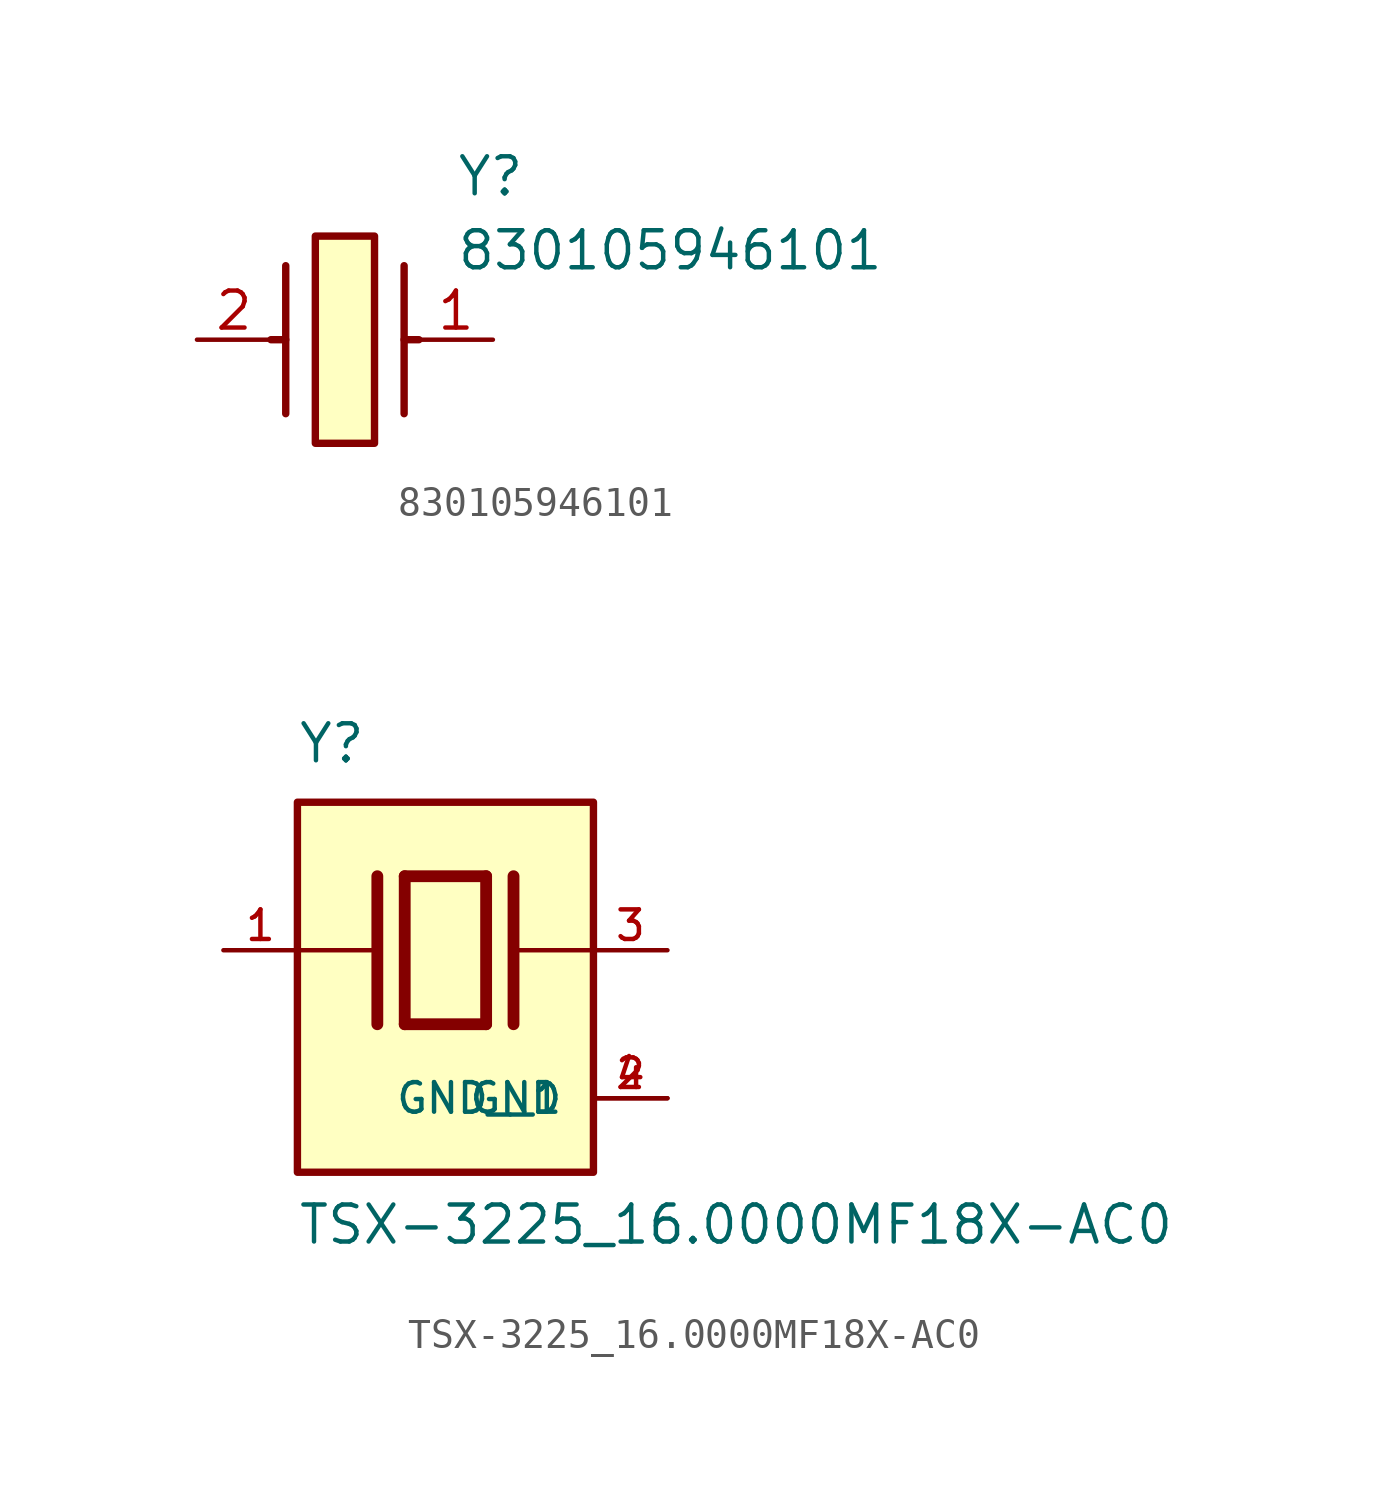
<source format=kicad_sym>
(kicad_symbol_lib
  (version 20231120)
  (generator "kicad_symbol_editor")
  (generator_version "8.0")
  (symbol "830105946101"
    (pin_names hide)
    (property "Reference" "Y"
      (at 8.89 6.35 0)
      (effects (font (size 1.27 1.27)) (justify left top)))
    (property "Value" "830105946101"
      (at 8.89 3.81 0)
      (effects (font (size 1.27 1.27)) (justify left top)))
    (symbol "830105946101_1_1"
      (polyline (pts (xy 3.048 0) (xy 2.54 0)) (stroke (width 0.254) (type default)) (fill (type none)))
      (polyline (pts (xy 3.048 2.54) (xy 3.048 -2.54)) (stroke (width 0.254) (type default)) (fill (type none)))
      (polyline (pts (xy 7.112 0) (xy 7.62 0)) (stroke (width 0.254) (type default)) (fill (type none)))
      (polyline (pts (xy 7.112 2.54) (xy 7.112 -2.54)) (stroke (width 0.254) (type default)) (fill (type none)))
      (rectangle (start 4.064 3.556) (end 6.096 -3.556) (stroke (width 0.254) (type default)) (fill (type background)))
      (pin passive line (at 10.16 0 180) (length 2.54) (name "1" (effects (font (size 1.27 1.27)))) (number "1" (effects (font (size 1.27 1.27)))))
      (pin passive line (at 0 0 0) (length 2.54) (name "2" (effects (font (size 1.27 1.27)))) (number "2" (effects (font (size 1.27 1.27)))))))
  (symbol "TSX-3225_16.0000MF18X-AC0"
    (pin_names
      (offset 1.016))
    (property "Reference" "Y"
      (at -5.088 6.356 0)
      (effects (font (size 1.27 1.27)) (justify left bottom)))
    (property "Value" "TSX-3225_16.0000MF18X-AC0"
      (at -5.094 -10.16 0)
      (effects (font (size 1.27 1.27)) (justify left bottom)))
    (symbol "TSX-3225_16.0000MF18X-AC0_0_0"
      (rectangle (start -5.08 -7.62) (end 5.08 5.08) (stroke (width 0.254) (type default)) (fill (type background)))
      (polyline (pts (xy -5.08 0) (xy -2.54 0)) (stroke (width 0.152) (type default)) (fill (type none)))
      (polyline (pts (xy -2.337 2.54) (xy -2.337 -2.54)) (stroke (width 0.406) (type default)) (fill (type none)))
      (polyline (pts (xy -1.397 2.54) (xy -1.397 -2.54)) (stroke (width 0.406) (type default)) (fill (type none)))
      (polyline (pts (xy -1.397 2.54) (xy 1.397 2.54)) (stroke (width 0.406) (type default)) (fill (type none)))
      (polyline (pts (xy 1.397 -2.54) (xy -1.397 -2.54)) (stroke (width 0.406) (type default)) (fill (type none)))
      (polyline (pts (xy 1.397 2.54) (xy 1.397 -2.54)) (stroke (width 0.406) (type default)) (fill (type none)))
      (polyline (pts (xy 2.337 2.54) (xy 2.337 -2.54)) (stroke (width 0.406) (type default)) (fill (type none)))
      (polyline (pts (xy 2.54 0) (xy 5.08 0)) (stroke (width 0.152) (type default)) (fill (type none)))
      (pin passive line (at -7.62 0 0) (length 2.54) (name "~" (effects (font (size 1.016 1.016)))) (number "1" (effects (font (size 1.016 1.016)))))
      (pin power_in line (at 7.62 -5.08 180) (length 2.54) (name "GND" (effects (font (size 1.016 1.016)))) (number "2" (effects (font (size 1.016 1.016)))))
      (pin passive line (at 7.62 0 180) (length 2.54) (name "~" (effects (font (size 1.016 1.016)))) (number "3" (effects (font (size 1.016 1.016)))))
      (pin power_in line (at 7.62 -5.08 180) (length 2.54) (name "GND__1" (effects (font (size 1.016 1.016)))) (number "4" (effects (font (size 1.016 1.016))))))))
</source>
